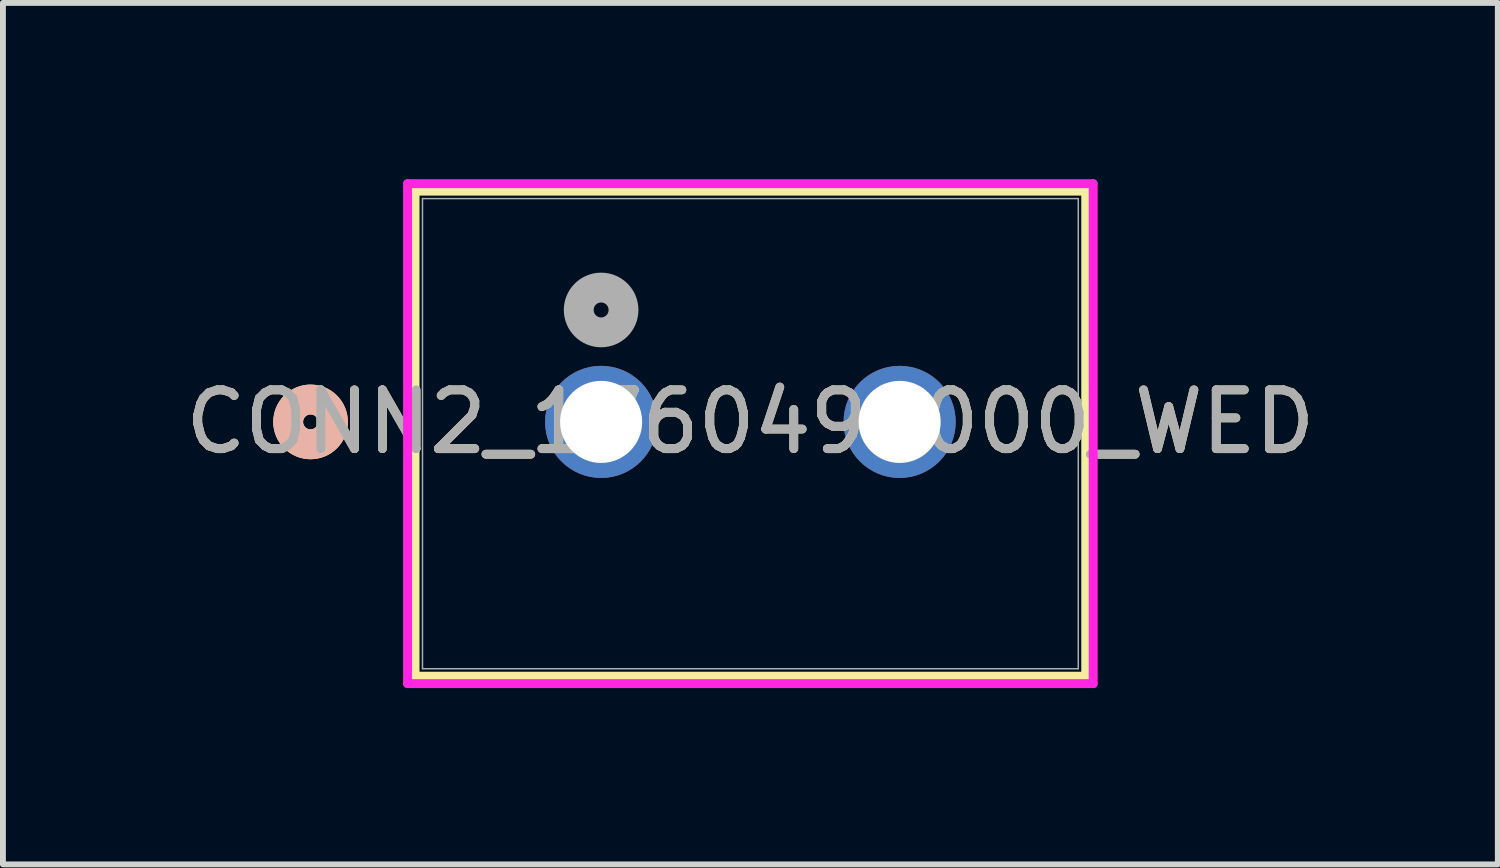
<source format=kicad_pcb>
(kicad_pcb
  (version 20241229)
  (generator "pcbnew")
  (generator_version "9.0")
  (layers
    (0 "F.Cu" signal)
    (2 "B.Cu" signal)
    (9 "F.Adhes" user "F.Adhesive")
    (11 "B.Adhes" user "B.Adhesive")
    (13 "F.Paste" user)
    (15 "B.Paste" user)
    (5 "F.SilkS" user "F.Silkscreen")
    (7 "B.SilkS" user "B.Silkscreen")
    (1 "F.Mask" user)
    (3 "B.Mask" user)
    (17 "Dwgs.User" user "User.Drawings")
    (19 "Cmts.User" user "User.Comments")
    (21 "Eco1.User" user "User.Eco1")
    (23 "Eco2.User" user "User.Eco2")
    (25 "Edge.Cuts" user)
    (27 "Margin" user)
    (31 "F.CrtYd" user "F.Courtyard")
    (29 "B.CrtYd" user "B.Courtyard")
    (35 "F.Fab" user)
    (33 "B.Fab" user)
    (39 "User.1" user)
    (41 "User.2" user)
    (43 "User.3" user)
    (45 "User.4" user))
  (footprint "CONN2_1760490000_WED"
    (layer "F.Cu")
    (at 7.18 4.13)
    (property "Reference" "CONN2_1760490000_WED" (at 2.54 0 0) (unlocked yes) (layer "F.SilkS") (effects (font (size 1 1) (thickness 0.15))))
    (attr through_hole)
    (fp_line (start -3.167 -3.927) (end -3.167 4.327) (stroke (width 0.152) (type solid)) (layer "F.SilkS"))
    (fp_line (start -3.167 4.327) (end 8.247 4.327) (stroke (width 0.152) (type solid)) (layer "F.SilkS"))
    (fp_line (start 8.247 -3.927) (end -3.167 -3.927) (stroke (width 0.152) (type solid)) (layer "F.SilkS"))
    (fp_line (start 8.247 4.327) (end 8.247 -3.927) (stroke (width 0.152) (type solid)) (layer "F.SilkS"))
    (fp_circle (center -4.945 0) (end -4.564 0) (stroke (width 0.508) (type solid)) (fill no) (layer "F.SilkS"))
    (fp_circle (center -4.945 0) (end -4.564 0) (stroke (width 0.508) (type solid)) (fill no) (layer "B.SilkS"))
    (fp_line (start -3.294 -4.054) (end -3.294 4.454) (stroke (width 0.152) (type solid)) (layer "F.CrtYd"))
    (fp_line (start -3.294 4.454) (end 8.374 4.454) (stroke (width 0.152) (type solid)) (layer "F.CrtYd"))
    (fp_line (start 8.374 -4.054) (end -3.294 -4.054) (stroke (width 0.152) (type solid)) (layer "F.CrtYd"))
    (fp_line (start 8.374 4.454) (end 8.374 -4.054) (stroke (width 0.152) (type solid)) (layer "F.CrtYd"))
    (fp_line (start -3.04 -3.8) (end -3.04 4.2) (stroke (width 0.025) (type solid)) (layer "F.Fab"))
    (fp_line (start -3.04 4.2) (end 8.12 4.2) (stroke (width 0.025) (type solid)) (layer "F.Fab"))
    (fp_line (start 8.12 -3.8) (end -3.04 -3.8) (stroke (width 0.025) (type solid)) (layer "F.Fab"))
    (fp_line (start 8.12 4.2) (end 8.12 -3.8) (stroke (width 0.025) (type solid)) (layer "F.Fab"))
    (fp_circle (center 0 -1.905) (end 0.381 -1.905) (stroke (width 0.508) (type solid)) (fill no) (layer "F.Fab"))
    (fp_text user "${REFERENCE}" (at 2.54 0 0) (unlocked yes) (layer "F.Fab") (effects (font (size 1 1) (thickness 0.15))))
    (pad "1" thru_hole circle (at 0 0) (size 1.908 1.908) (drill 1.397) (layers "*.Cu" "*.Mask"))
    (pad "2" thru_hole circle (at 5.08 0) (size 1.908 1.908) (drill 1.397) (layers "*.Cu" "*.Mask")))
  (gr_rect
    (start -3 -3)
    (end 22.44 11.66)
    (stroke (width 0.1) (type default))
    (fill no)
    (layer "Edge.Cuts")))
</source>
